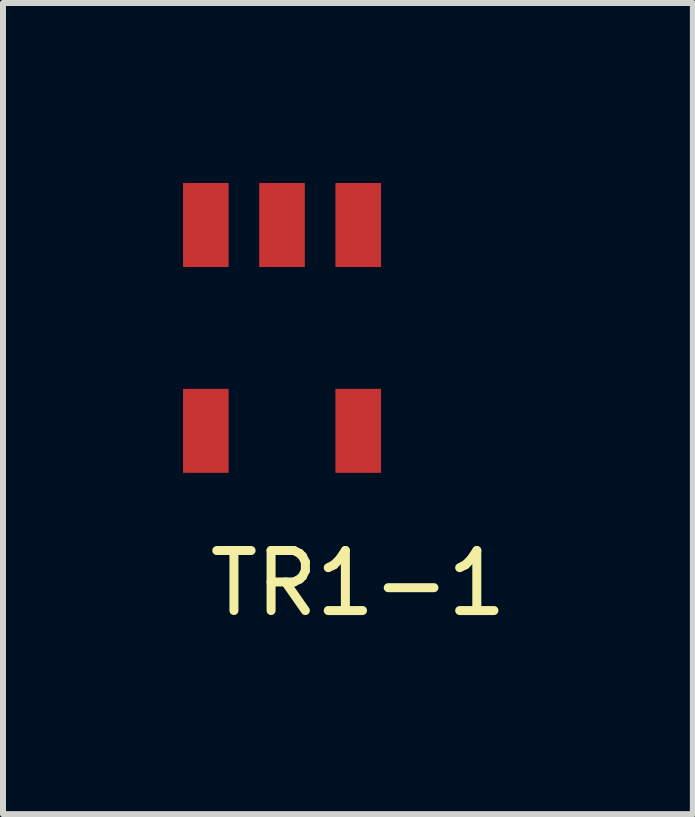
<source format=kicad_pcb>
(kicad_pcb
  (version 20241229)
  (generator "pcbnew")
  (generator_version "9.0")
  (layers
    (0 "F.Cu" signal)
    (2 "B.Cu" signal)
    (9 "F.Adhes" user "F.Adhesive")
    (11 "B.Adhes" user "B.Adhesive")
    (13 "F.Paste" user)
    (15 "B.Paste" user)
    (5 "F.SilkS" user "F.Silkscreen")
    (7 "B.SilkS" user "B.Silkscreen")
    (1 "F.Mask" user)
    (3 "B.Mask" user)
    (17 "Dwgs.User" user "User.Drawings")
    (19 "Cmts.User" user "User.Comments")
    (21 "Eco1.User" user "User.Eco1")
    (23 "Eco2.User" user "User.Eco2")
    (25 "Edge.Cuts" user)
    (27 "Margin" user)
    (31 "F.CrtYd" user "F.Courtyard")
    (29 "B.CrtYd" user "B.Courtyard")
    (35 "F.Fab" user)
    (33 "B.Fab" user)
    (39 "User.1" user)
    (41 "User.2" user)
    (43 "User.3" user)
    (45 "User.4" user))
  (footprint "TR1-1"
    (layer "F.Cu")
    (at 0.38 4.13)
    (property "Reference" "TR1-1" (at 2.54 2.54 0) (layer "F.SilkS") (effects (font (size 1 1) (thickness 0.15))))
    (attr through_hole)
    (pad "1" smd rect (at 0 -3.43) (size 0.76 1.4) (layers "F.Cu" "F.Mask" "F.Paste"))
    (pad "2" smd rect (at 1.27 -3.43) (size 0.76 1.4) (layers "F.Cu" "F.Mask" "F.Paste"))
    (pad "3" smd rect (at 2.54 -3.43) (size 0.76 1.4) (layers "F.Cu" "F.Mask" "F.Paste"))
    (pad "4" smd rect (at 2.54 0) (size 0.76 1.4) (layers "F.Cu" "F.Mask" "F.Paste"))
    (pad "5" smd rect (at 0 0) (size 0.76 1.4) (layers "F.Cu" "F.Mask" "F.Paste")))
  (gr_rect
    (start -3 -3)
    (end 8.497 10.518)
    (stroke (width 0.1) (type default))
    (fill no)
    (layer "Edge.Cuts")))
</source>
